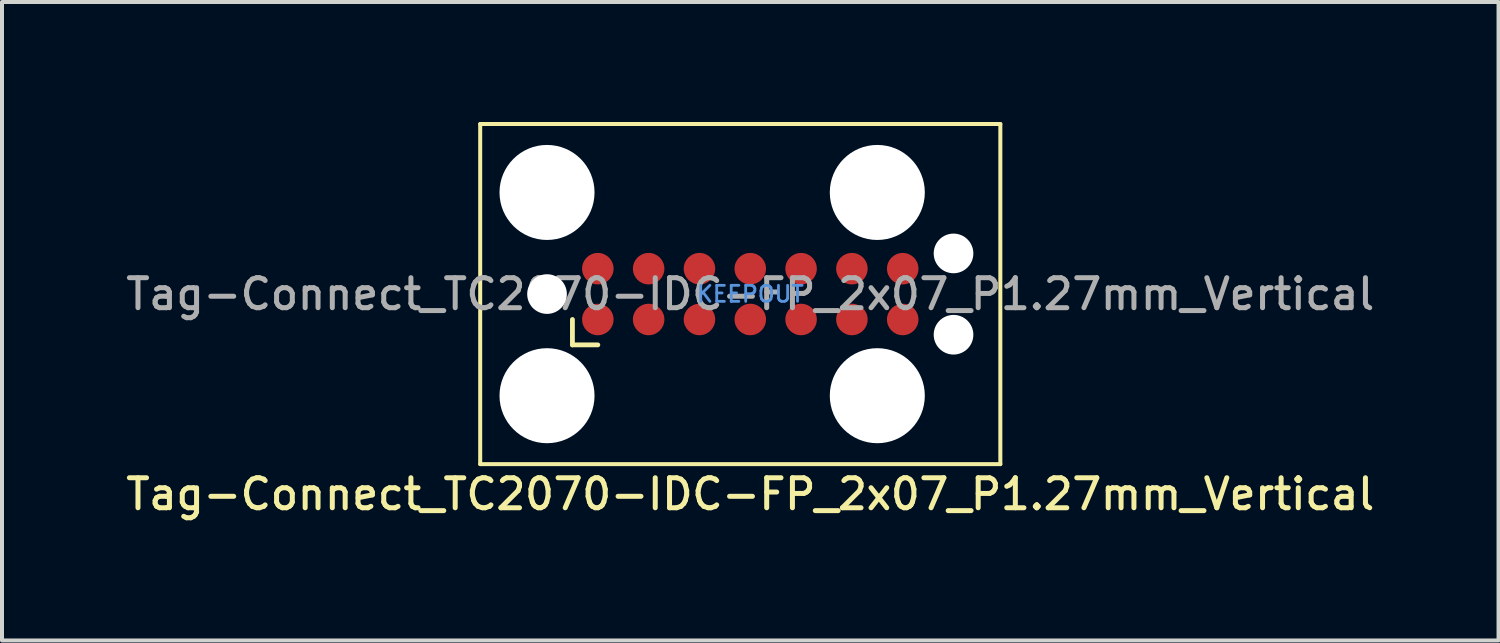
<source format=kicad_pcb>
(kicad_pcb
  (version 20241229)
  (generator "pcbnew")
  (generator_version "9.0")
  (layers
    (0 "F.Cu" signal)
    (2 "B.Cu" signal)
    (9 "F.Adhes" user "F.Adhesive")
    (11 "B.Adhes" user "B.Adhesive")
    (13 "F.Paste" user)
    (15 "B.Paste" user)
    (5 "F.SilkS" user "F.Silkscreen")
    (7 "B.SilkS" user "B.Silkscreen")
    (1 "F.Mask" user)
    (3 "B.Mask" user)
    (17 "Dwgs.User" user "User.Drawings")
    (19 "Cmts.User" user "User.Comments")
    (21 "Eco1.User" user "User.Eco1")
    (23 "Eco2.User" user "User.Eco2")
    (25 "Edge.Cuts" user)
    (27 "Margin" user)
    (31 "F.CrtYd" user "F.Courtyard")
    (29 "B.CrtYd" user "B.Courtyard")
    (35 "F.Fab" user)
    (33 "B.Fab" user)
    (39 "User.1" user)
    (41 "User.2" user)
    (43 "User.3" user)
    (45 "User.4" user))
  (footprint "Tag-Connect_TC2070-IDC-FP_2x07_P1.27mm_Vertical"
    (layer "F.Cu")
    (at 15.702 4.3)
    (property "Reference" "Tag-Connect_TC2070-IDC-FP_2x07_P1.27mm_Vertical" (at 0 5 0) (layer "F.SilkS") (effects (font (size 0.75 0.75) (thickness 0.125))))
    (attr exclude_from_pos_files exclude_from_bom)
    (fp_line (start -6.75 -4.25) (end -6.75 4.25) (stroke (width 0.1) (type solid)) (layer "F.SilkS"))
    (fp_line (start -6.75 4.25) (end 6.25 4.25) (stroke (width 0.1) (type solid)) (layer "F.SilkS"))
    (fp_line (start -4.445 0.635) (end -4.445 1.27) (stroke (width 0.12) (type solid)) (layer "F.SilkS"))
    (fp_line (start -4.445 1.27) (end -3.81 1.27) (stroke (width 0.12) (type solid)) (layer "F.SilkS"))
    (fp_line (start 6.25 -4.25) (end -6.75 -4.25) (stroke (width 0.1) (type solid)) (layer "F.SilkS"))
    (fp_line (start 6.25 4.25) (end 6.25 -4.25) (stroke (width 0.1) (type solid)) (layer "F.SilkS"))
    (fp_text user "KEEPOUT" (at 0 0 0) (layer "Cmts.User") (effects (font (size 0.4 0.4) (thickness 0.07))))
    (fp_text user "${REFERENCE}" (at 0 0 0) (layer "F.Fab") (effects (font (size 0.75 0.75) (thickness 0.125))))
    (pad "" np_thru_hole circle (at -5.08 -2.54) (size 2.375 2.375) (drill 2.375) (layers "*.Cu" "*.Mask"))
    (pad "" np_thru_hole circle (at -5.08 0) (size 0.991 0.991) (drill 0.991) (layers "*.Cu" "*.Mask"))
    (pad "" np_thru_hole circle (at -5.08 2.54) (size 2.375 2.375) (drill 2.375) (layers "*.Cu" "*.Mask"))
    (pad "" np_thru_hole circle (at 3.175 -2.54) (size 2.375 2.375) (drill 2.375) (layers "*.Cu" "*.Mask"))
    (pad "" np_thru_hole circle (at 3.175 2.54) (size 2.375 2.375) (drill 2.375) (layers "*.Cu" "*.Mask"))
    (pad "" np_thru_hole circle (at 5.08 -1.016) (size 0.991 0.991) (drill 0.991) (layers "*.Cu" "*.Mask"))
    (pad "" np_thru_hole circle (at 5.08 1.016) (size 0.991 0.991) (drill 0.991) (layers "*.Cu" "*.Mask"))
    (pad "1" connect circle (at -3.81 0.635) (size 0.787 0.787) (layers "F.Cu" "F.Mask"))
    (pad "2" connect circle (at -2.54 0.635) (size 0.787 0.787) (layers "F.Cu" "F.Mask"))
    (pad "3" connect circle (at -1.27 0.635) (size 0.787 0.787) (layers "F.Cu" "F.Mask"))
    (pad "4" connect circle (at 0 0.635) (size 0.787 0.787) (layers "F.Cu" "F.Mask"))
    (pad "5" connect circle (at 1.27 0.635) (size 0.787 0.787) (layers "F.Cu" "F.Mask"))
    (pad "6" connect circle (at 2.54 0.635) (size 0.787 0.787) (layers "F.Cu" "F.Mask"))
    (pad "7" connect circle (at 3.81 0.635) (size 0.787 0.787) (layers "F.Cu" "F.Mask"))
    (pad "8" connect circle (at 3.81 -0.635) (size 0.787 0.787) (layers "F.Cu" "F.Mask"))
    (pad "9" connect circle (at 2.54 -0.635) (size 0.787 0.787) (layers "F.Cu" "F.Mask"))
    (pad "10" connect circle (at 1.27 -0.635) (size 0.787 0.787) (layers "F.Cu" "F.Mask"))
    (pad "11" connect circle (at 0 -0.635) (size 0.787 0.787) (layers "F.Cu" "F.Mask"))
    (pad "12" connect circle (at -1.27 -0.635) (size 0.787 0.787) (layers "F.Cu" "F.Mask"))
    (pad "13" connect circle (at -2.54 -0.635) (size 0.787 0.787) (layers "F.Cu" "F.Mask"))
    (pad "14" connect circle (at -3.81 -0.635) (size 0.787 0.787) (layers "F.Cu" "F.Mask"))
    (zone (net_name "") (layer "F.Cu") (hatch full 0.508) (connect_pads) (min_thickness 0.254) (filled_areas_thickness no) (keepout (tracks allowed) (vias not_allowed) (pads allowed) (copperpour not_allowed) (footprints not_allowed)) (placement (enabled no)) (fill) (polygon (pts (xy 19.512 3.665) (xy 11.892 3.665) (xy 11.892 4.935) (xy 19.512 4.935)))))
  (gr_rect
    (start -3 -3)
    (end 34.404 12.958)
    (stroke (width 0.1) (type default))
    (fill no)
    (layer "Edge.Cuts")))
</source>
